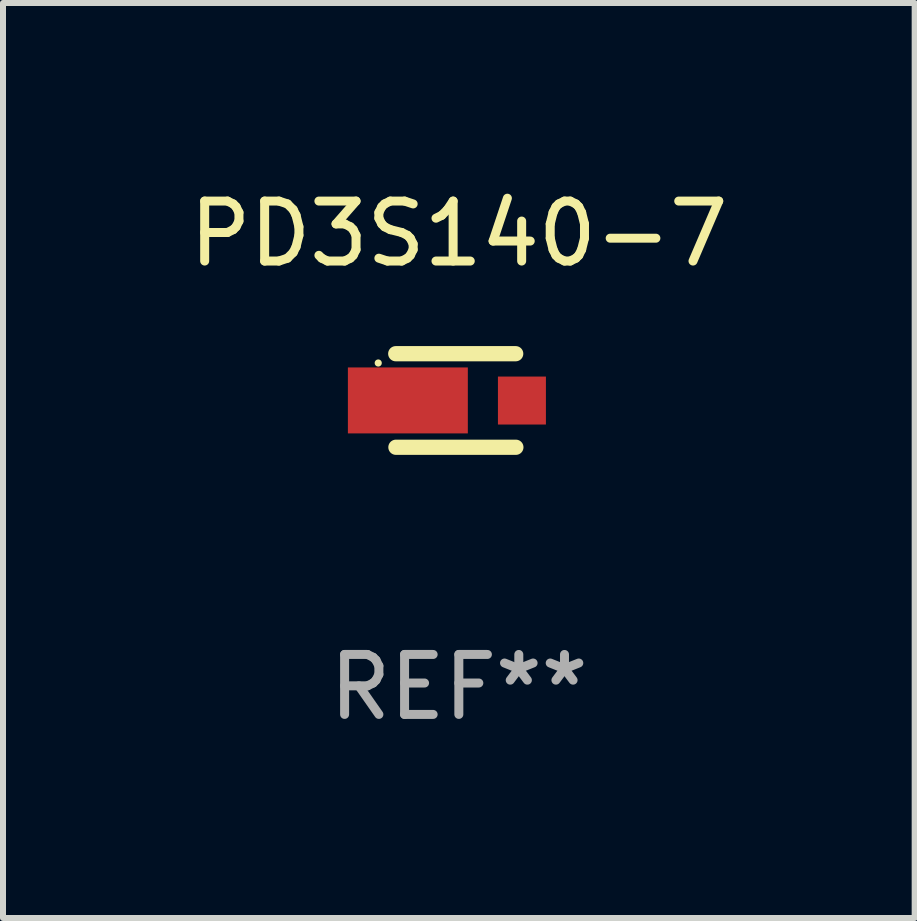
<source format=kicad_pcb>
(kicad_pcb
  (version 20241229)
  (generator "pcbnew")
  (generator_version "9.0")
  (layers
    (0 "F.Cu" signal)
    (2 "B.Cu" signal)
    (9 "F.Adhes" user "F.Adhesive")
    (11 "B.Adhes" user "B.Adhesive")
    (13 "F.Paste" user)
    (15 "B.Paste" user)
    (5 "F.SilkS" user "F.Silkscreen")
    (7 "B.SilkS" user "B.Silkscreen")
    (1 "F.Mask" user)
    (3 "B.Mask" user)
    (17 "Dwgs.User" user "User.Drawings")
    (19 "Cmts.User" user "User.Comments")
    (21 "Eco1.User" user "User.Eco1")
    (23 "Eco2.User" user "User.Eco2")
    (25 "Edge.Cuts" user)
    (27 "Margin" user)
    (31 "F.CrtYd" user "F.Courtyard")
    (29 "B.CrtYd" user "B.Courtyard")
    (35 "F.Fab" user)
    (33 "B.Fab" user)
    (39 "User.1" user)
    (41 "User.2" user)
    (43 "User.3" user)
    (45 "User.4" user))
  (footprint "PD3S140-7"
    (layer "F.Cu")
    (at 4.601 3.628)
    (property "Reference" "PD3S140-7" (at 0 -2.78 0) (layer "F.SilkS") (effects (font (size 1 1) (thickness 0.15))))
    (attr through_hole)
    (fp_line (start -1.049 0.78) (end 0.951 0.78) (stroke (width 0.254) (type solid)) (layer "F.SilkS"))
    (fp_line (start 0.948 -0.78) (end -1.052 -0.78) (stroke (width 0.254) (type solid)) (layer "F.SilkS"))
    (fp_circle (center -1.344 -0.625) (end -1.314 -0.625) (stroke (width 0.06) (type solid)) (fill no) (layer "F.SilkS"))
    (fp_text user "REF**" (at 0 4.78 0) (layer "F.Fab") (effects (font (size 1 1) (thickness 0.15))))
    (pad "1" smd rect (at -0.85 -0.001) (size 2 1.1) (layers "F.Cu" "F.Mask" "F.Paste"))
    (pad "2" smd rect (at 1.052 0.001) (size 0.8 0.8) (layers "F.Cu" "F.Mask" "F.Paste")))
  (gr_rect
    (start -3 -3)
    (end 12.202 12.257)
    (stroke (width 0.1) (type default))
    (fill no)
    (layer "Edge.Cuts")))
</source>
